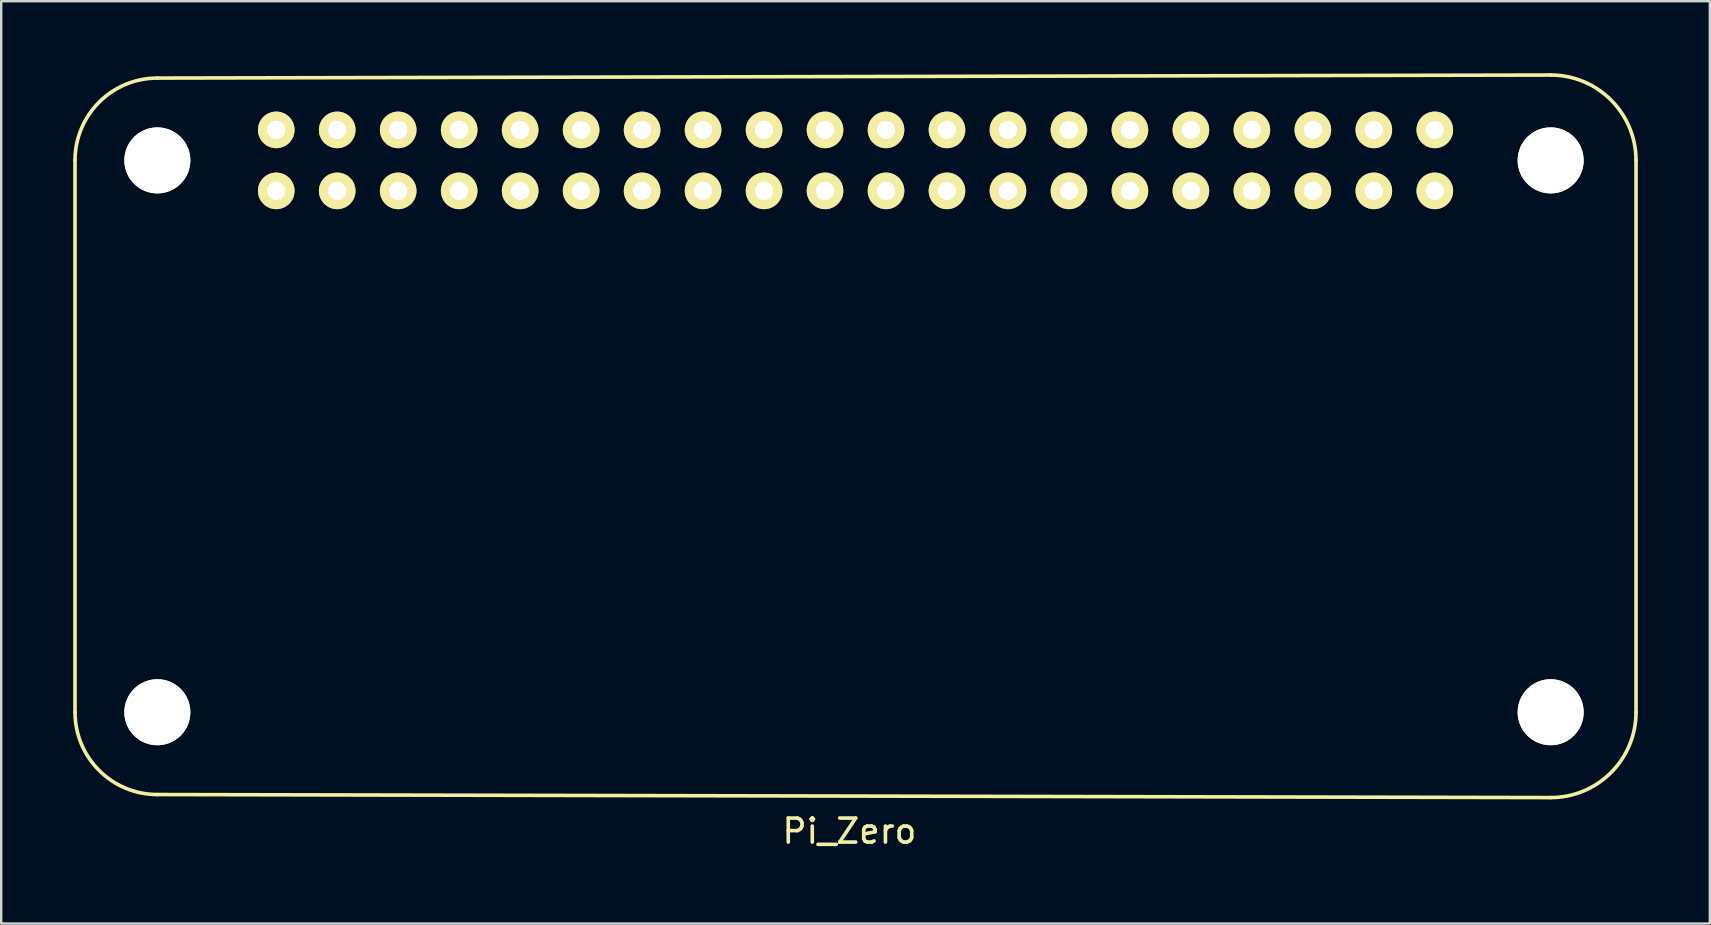
<source format=kicad_pcb>
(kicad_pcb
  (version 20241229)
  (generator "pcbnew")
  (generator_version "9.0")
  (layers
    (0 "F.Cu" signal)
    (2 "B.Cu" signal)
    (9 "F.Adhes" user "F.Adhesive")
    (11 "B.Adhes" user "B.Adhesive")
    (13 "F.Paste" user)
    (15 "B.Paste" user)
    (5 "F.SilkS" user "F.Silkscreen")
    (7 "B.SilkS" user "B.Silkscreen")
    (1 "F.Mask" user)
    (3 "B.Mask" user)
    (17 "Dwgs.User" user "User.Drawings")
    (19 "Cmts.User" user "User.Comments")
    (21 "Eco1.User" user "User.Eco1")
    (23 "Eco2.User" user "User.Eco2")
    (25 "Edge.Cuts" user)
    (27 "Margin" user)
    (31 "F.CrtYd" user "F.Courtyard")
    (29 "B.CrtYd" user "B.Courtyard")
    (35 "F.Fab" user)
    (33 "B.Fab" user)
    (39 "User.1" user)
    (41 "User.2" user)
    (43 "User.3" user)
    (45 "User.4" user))
  (footprint "Pi_Zero"
    (layer "F.Cu")
    (at 32.587 13.283)
    (property "Reference" "Pi_Zero" (at -0.254 18.288 0) (layer "F.SilkS") (effects (font (size 1 1) (thickness 0.15))))
    (attr through_hole)
    (fp_line (start -32.512 -9.652) (end -32.512 13.335) (stroke (width 0.15) (type solid)) (layer "F.SilkS"))
    (fp_line (start -29.083 16.764) (end 28.956 16.891) (stroke (width 0.15) (type solid)) (layer "F.SilkS"))
    (fp_line (start 28.956 -13.208) (end -29.083 -13.081) (stroke (width 0.15) (type solid)) (layer "F.SilkS"))
    (fp_line (start 32.512 -9.652) (end 32.512 13.335) (stroke (width 0.15) (type solid)) (layer "F.SilkS"))
    (fp_arc (start -32.512 -9.652) (mid -31.507669 -12.076669) (end -29.083 -13.081) (stroke (width 0.15) (type solid)) (layer "F.SilkS"))
    (fp_arc (start -29.083 16.764) (mid -31.507669 15.759669) (end -32.512 13.335) (stroke (width 0.15) (type solid)) (layer "F.SilkS"))
    (fp_arc (start 28.956 -13.208) (mid 31.470472 -12.166472) (end 32.512 -9.652) (stroke (width 0.15) (type solid)) (layer "F.SilkS"))
    (fp_arc (start 32.512 13.335) (mid 31.470472 15.849472) (end 28.956 16.891) (stroke (width 0.15) (type solid)) (layer "F.SilkS"))
    (pad "" np_thru_hole circle (at -29.083 -9.652) (size 2.75 2.75) (drill 2.75) (layers "*.Cu" "*.Mask" "F.SilkS"))
    (pad "" np_thru_hole circle (at -29.083 13.335) (size 2.75 2.75) (drill 2.75) (layers "*.Cu" "*.Mask" "F.SilkS"))
    (pad "" np_thru_hole circle (at 28.956 -9.652) (size 2.75 2.75) (drill 2.75) (layers "*.Cu" "*.Mask" "F.SilkS"))
    (pad "" np_thru_hole circle (at 28.956 13.335) (size 2.75 2.75) (drill 2.75) (layers "*.Cu" "*.Mask" "F.SilkS"))
    (pad "1" thru_hole circle (at -24.13 -8.382) (size 1.524 1.524) (drill 0.762) (layers "*.Cu" "*.Mask" "F.SilkS"))
    (pad "2" thru_hole circle (at -24.13 -10.922) (size 1.524 1.524) (drill 0.762) (layers "*.Cu" "*.Mask" "F.SilkS"))
    (pad "3" thru_hole circle (at -21.59 -8.382) (size 1.524 1.524) (drill 0.762) (layers "*.Cu" "*.Mask" "F.SilkS"))
    (pad "4" thru_hole circle (at -21.59 -10.922) (size 1.524 1.524) (drill 0.762) (layers "*.Cu" "*.Mask" "F.SilkS"))
    (pad "5" thru_hole circle (at -19.05 -8.382) (size 1.524 1.524) (drill 0.762) (layers "*.Cu" "*.Mask" "F.SilkS"))
    (pad "6" thru_hole circle (at -19.05 -10.922) (size 1.524 1.524) (drill 0.762) (layers "*.Cu" "*.Mask" "F.SilkS"))
    (pad "7" thru_hole circle (at -16.51 -8.382) (size 1.524 1.524) (drill 0.762) (layers "*.Cu" "*.Mask" "F.SilkS"))
    (pad "8" thru_hole circle (at -16.51 -10.922) (size 1.524 1.524) (drill 0.762) (layers "*.Cu" "*.Mask" "F.SilkS"))
    (pad "9" thru_hole circle (at -13.97 -8.382) (size 1.524 1.524) (drill 0.762) (layers "*.Cu" "*.Mask" "F.SilkS"))
    (pad "10" thru_hole circle (at -13.97 -10.922) (size 1.524 1.524) (drill 0.762) (layers "*.Cu" "*.Mask" "F.SilkS"))
    (pad "11" thru_hole circle (at -11.43 -8.382) (size 1.524 1.524) (drill 0.762) (layers "*.Cu" "*.Mask" "F.SilkS"))
    (pad "12" thru_hole circle (at -11.43 -10.922) (size 1.524 1.524) (drill 0.762) (layers "*.Cu" "*.Mask" "F.SilkS"))
    (pad "13" thru_hole circle (at -8.89 -8.382) (size 1.524 1.524) (drill 0.762) (layers "*.Cu" "*.Mask" "F.SilkS"))
    (pad "14" thru_hole circle (at -8.89 -10.922) (size 1.524 1.524) (drill 0.762) (layers "*.Cu" "*.Mask" "F.SilkS"))
    (pad "15" thru_hole circle (at -6.35 -8.382) (size 1.524 1.524) (drill 0.762) (layers "*.Cu" "*.Mask" "F.SilkS"))
    (pad "16" thru_hole circle (at -6.35 -10.922) (size 1.524 1.524) (drill 0.762) (layers "*.Cu" "*.Mask" "F.SilkS"))
    (pad "17" thru_hole circle (at -3.81 -8.382) (size 1.524 1.524) (drill 0.762) (layers "*.Cu" "*.Mask" "F.SilkS"))
    (pad "18" thru_hole circle (at -3.81 -10.922) (size 1.524 1.524) (drill 0.762) (layers "*.Cu" "*.Mask" "F.SilkS"))
    (pad "19" thru_hole circle (at -1.27 -8.382) (size 1.524 1.524) (drill 0.762) (layers "*.Cu" "*.Mask" "F.SilkS"))
    (pad "20" thru_hole circle (at -1.27 -10.922) (size 1.524 1.524) (drill 0.762) (layers "*.Cu" "*.Mask" "F.SilkS"))
    (pad "21" thru_hole circle (at 1.27 -8.382) (size 1.524 1.524) (drill 0.762) (layers "*.Cu" "*.Mask" "F.SilkS"))
    (pad "22" thru_hole circle (at 1.27 -10.922) (size 1.524 1.524) (drill 0.762) (layers "*.Cu" "*.Mask" "F.SilkS"))
    (pad "23" thru_hole circle (at 3.81 -8.382) (size 1.524 1.524) (drill 0.762) (layers "*.Cu" "*.Mask" "F.SilkS"))
    (pad "24" thru_hole circle (at 3.81 -10.922) (size 1.524 1.524) (drill 0.762) (layers "*.Cu" "*.Mask" "F.SilkS"))
    (pad "25" thru_hole circle (at 6.35 -8.382) (size 1.524 1.524) (drill 0.762) (layers "*.Cu" "*.Mask" "F.SilkS"))
    (pad "26" thru_hole circle (at 6.35 -10.922) (size 1.524 1.524) (drill 0.762) (layers "*.Cu" "*.Mask" "F.SilkS"))
    (pad "27" thru_hole circle (at 8.89 -8.382) (size 1.524 1.524) (drill 0.762) (layers "*.Cu" "*.Mask" "F.SilkS"))
    (pad "28" thru_hole circle (at 8.89 -10.922) (size 1.524 1.524) (drill 0.762) (layers "*.Cu" "*.Mask" "F.SilkS"))
    (pad "29" thru_hole circle (at 11.43 -8.382) (size 1.524 1.524) (drill 0.762) (layers "*.Cu" "*.Mask" "F.SilkS"))
    (pad "30" thru_hole circle (at 11.43 -10.922) (size 1.524 1.524) (drill 0.762) (layers "*.Cu" "*.Mask" "F.SilkS"))
    (pad "31" thru_hole circle (at 13.97 -8.382) (size 1.524 1.524) (drill 0.762) (layers "*.Cu" "*.Mask" "F.SilkS"))
    (pad "32" thru_hole circle (at 13.97 -10.922) (size 1.524 1.524) (drill 0.762) (layers "*.Cu" "*.Mask" "F.SilkS"))
    (pad "33" thru_hole circle (at 16.51 -8.382) (size 1.524 1.524) (drill 0.762) (layers "*.Cu" "*.Mask" "F.SilkS"))
    (pad "34" thru_hole circle (at 16.51 -10.922) (size 1.524 1.524) (drill 0.762) (layers "*.Cu" "*.Mask" "F.SilkS"))
    (pad "35" thru_hole circle (at 19.05 -8.382) (size 1.524 1.524) (drill 0.762) (layers "*.Cu" "*.Mask" "F.SilkS"))
    (pad "36" thru_hole circle (at 19.05 -10.922) (size 1.524 1.524) (drill 0.762) (layers "*.Cu" "*.Mask" "F.SilkS"))
    (pad "37" thru_hole circle (at 21.59 -8.382) (size 1.524 1.524) (drill 0.762) (layers "*.Cu" "*.Mask" "F.SilkS"))
    (pad "38" thru_hole circle (at 21.59 -10.922) (size 1.524 1.524) (drill 0.762) (layers "*.Cu" "*.Mask" "F.SilkS"))
    (pad "39" thru_hole circle (at 24.13 -8.382) (size 1.524 1.524) (drill 0.762) (layers "*.Cu" "*.Mask" "F.SilkS"))
    (pad "40" thru_hole circle (at 24.13 -10.922) (size 1.524 1.524) (drill 0.762) (layers "*.Cu" "*.Mask" "F.SilkS")))
  (gr_rect
    (start -3 -3)
    (end 68.174 35.419)
    (stroke (width 0.1) (type default))
    (fill no)
    (layer "Edge.Cuts")))
</source>
